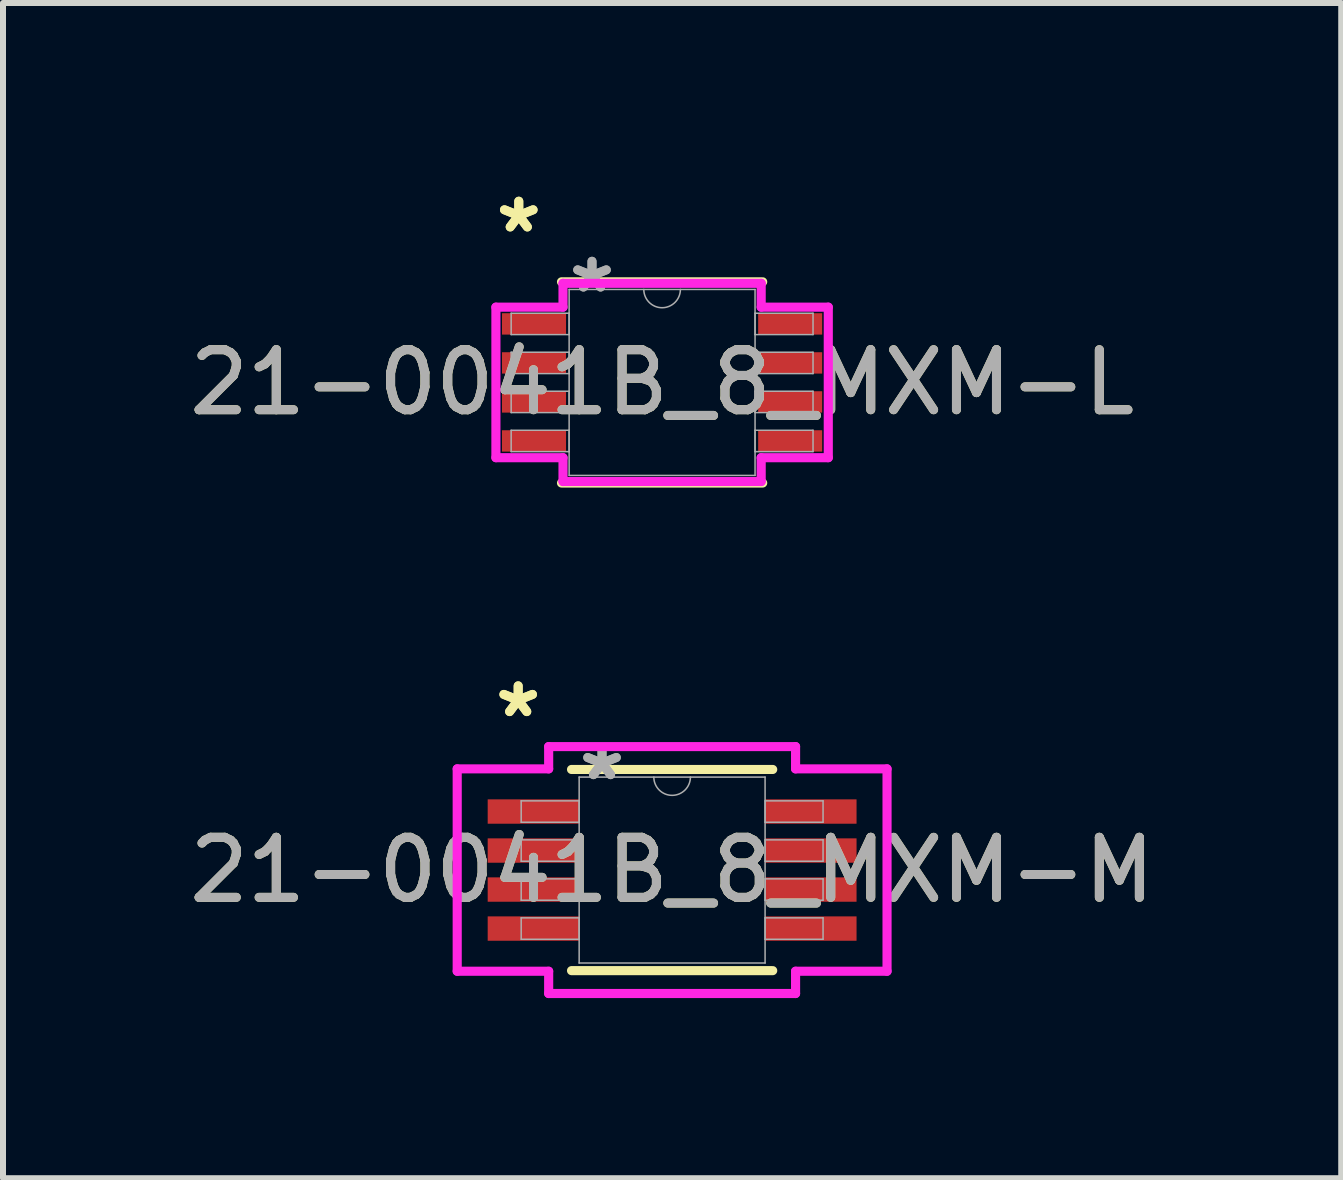
<source format=kicad_pcb>
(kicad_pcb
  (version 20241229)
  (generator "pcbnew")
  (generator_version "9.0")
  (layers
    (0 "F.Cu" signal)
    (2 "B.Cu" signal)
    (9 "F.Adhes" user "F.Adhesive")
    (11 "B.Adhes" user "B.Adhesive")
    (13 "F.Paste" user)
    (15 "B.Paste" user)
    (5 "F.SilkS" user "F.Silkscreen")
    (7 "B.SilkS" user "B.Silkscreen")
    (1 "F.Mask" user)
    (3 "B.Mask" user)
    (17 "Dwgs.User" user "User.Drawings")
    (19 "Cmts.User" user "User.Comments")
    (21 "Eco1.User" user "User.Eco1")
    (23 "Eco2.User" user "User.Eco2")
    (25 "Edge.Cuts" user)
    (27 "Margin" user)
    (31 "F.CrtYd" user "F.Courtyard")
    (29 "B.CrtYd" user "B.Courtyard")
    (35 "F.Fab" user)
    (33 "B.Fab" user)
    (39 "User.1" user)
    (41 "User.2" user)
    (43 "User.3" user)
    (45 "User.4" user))
  (footprint "21-0041B_8_MXM-M"
    (layer "F.Cu")
    (at 8.149 11.447)
    (property "Reference" "21-0041B_8_MXM-M" (at 0 0 0) (unlocked yes) (layer "F.SilkS") (effects (font (size 1 1) (thickness 0.15))))
    (attr smd)
    (fp_line (start -1.676 1.676) (end 1.676 1.676) (stroke (width 0.152) (type solid)) (layer "F.SilkS"))
    (fp_line (start 1.676 -1.676) (end -1.676 -1.676) (stroke (width 0.152) (type solid)) (layer "F.SilkS"))
    (fp_line (start -3.581 -1.686) (end -2.057 -1.686) (stroke (width 0.152) (type solid)) (layer "F.CrtYd"))
    (fp_line (start -3.581 1.686) (end -3.581 -1.686) (stroke (width 0.152) (type solid)) (layer "F.CrtYd"))
    (fp_line (start -3.581 1.686) (end -2.057 1.686) (stroke (width 0.152) (type solid)) (layer "F.CrtYd"))
    (fp_line (start -2.057 -2.057) (end 2.057 -2.057) (stroke (width 0.152) (type solid)) (layer "F.CrtYd"))
    (fp_line (start -2.057 -1.686) (end -2.057 -2.057) (stroke (width 0.152) (type solid)) (layer "F.CrtYd"))
    (fp_line (start -2.057 2.057) (end -2.057 1.686) (stroke (width 0.152) (type solid)) (layer "F.CrtYd"))
    (fp_line (start 2.057 -2.057) (end 2.057 -1.686) (stroke (width 0.152) (type solid)) (layer "F.CrtYd"))
    (fp_line (start 2.057 1.686) (end 2.057 2.057) (stroke (width 0.152) (type solid)) (layer "F.CrtYd"))
    (fp_line (start 2.057 2.057) (end -2.057 2.057) (stroke (width 0.152) (type solid)) (layer "F.CrtYd"))
    (fp_line (start 3.581 -1.686) (end 2.057 -1.686) (stroke (width 0.152) (type solid)) (layer "F.CrtYd"))
    (fp_line (start 3.581 -1.686) (end 3.581 1.686) (stroke (width 0.152) (type solid)) (layer "F.CrtYd"))
    (fp_line (start 3.581 1.686) (end 2.057 1.686) (stroke (width 0.152) (type solid)) (layer "F.CrtYd"))
    (fp_line (start -2.515 -1.153) (end -2.515 -0.797) (stroke (width 0.025) (type solid)) (layer "F.Fab"))
    (fp_line (start -2.515 -0.797) (end -1.549 -0.797) (stroke (width 0.025) (type solid)) (layer "F.Fab"))
    (fp_line (start -2.515 -0.503) (end -2.515 -0.147) (stroke (width 0.025) (type solid)) (layer "F.Fab"))
    (fp_line (start -2.515 -0.147) (end -1.549 -0.147) (stroke (width 0.025) (type solid)) (layer "F.Fab"))
    (fp_line (start -2.515 0.147) (end -2.515 0.503) (stroke (width 0.025) (type solid)) (layer "F.Fab"))
    (fp_line (start -2.515 0.503) (end -1.549 0.503) (stroke (width 0.025) (type solid)) (layer "F.Fab"))
    (fp_line (start -2.515 0.797) (end -2.515 1.153) (stroke (width 0.025) (type solid)) (layer "F.Fab"))
    (fp_line (start -2.515 1.153) (end -1.549 1.153) (stroke (width 0.025) (type solid)) (layer "F.Fab"))
    (fp_line (start -1.549 -1.549) (end -1.549 1.549) (stroke (width 0.025) (type solid)) (layer "F.Fab"))
    (fp_line (start -1.549 -1.153) (end -2.515 -1.153) (stroke (width 0.025) (type solid)) (layer "F.Fab"))
    (fp_line (start -1.549 -0.797) (end -1.549 -1.153) (stroke (width 0.025) (type solid)) (layer "F.Fab"))
    (fp_line (start -1.549 -0.503) (end -2.515 -0.503) (stroke (width 0.025) (type solid)) (layer "F.Fab"))
    (fp_line (start -1.549 -0.147) (end -1.549 -0.503) (stroke (width 0.025) (type solid)) (layer "F.Fab"))
    (fp_line (start -1.549 0.147) (end -2.515 0.147) (stroke (width 0.025) (type solid)) (layer "F.Fab"))
    (fp_line (start -1.549 0.503) (end -1.549 0.147) (stroke (width 0.025) (type solid)) (layer "F.Fab"))
    (fp_line (start -1.549 0.797) (end -2.515 0.797) (stroke (width 0.025) (type solid)) (layer "F.Fab"))
    (fp_line (start -1.549 1.153) (end -1.549 0.797) (stroke (width 0.025) (type solid)) (layer "F.Fab"))
    (fp_line (start -1.549 1.549) (end 1.549 1.549) (stroke (width 0.025) (type solid)) (layer "F.Fab"))
    (fp_line (start 1.549 -1.549) (end -1.549 -1.549) (stroke (width 0.025) (type solid)) (layer "F.Fab"))
    (fp_line (start 1.549 -1.153) (end 1.549 -0.797) (stroke (width 0.025) (type solid)) (layer "F.Fab"))
    (fp_line (start 1.549 -0.797) (end 2.515 -0.797) (stroke (width 0.025) (type solid)) (layer "F.Fab"))
    (fp_line (start 1.549 -0.503) (end 1.549 -0.147) (stroke (width 0.025) (type solid)) (layer "F.Fab"))
    (fp_line (start 1.549 -0.147) (end 2.515 -0.147) (stroke (width 0.025) (type solid)) (layer "F.Fab"))
    (fp_line (start 1.549 0.147) (end 1.549 0.503) (stroke (width 0.025) (type solid)) (layer "F.Fab"))
    (fp_line (start 1.549 0.503) (end 2.515 0.503) (stroke (width 0.025) (type solid)) (layer "F.Fab"))
    (fp_line (start 1.549 0.797) (end 1.549 1.153) (stroke (width 0.025) (type solid)) (layer "F.Fab"))
    (fp_line (start 1.549 1.153) (end 2.515 1.153) (stroke (width 0.025) (type solid)) (layer "F.Fab"))
    (fp_line (start 1.549 1.549) (end 1.549 -1.549) (stroke (width 0.025) (type solid)) (layer "F.Fab"))
    (fp_line (start 2.515 -1.153) (end 1.549 -1.153) (stroke (width 0.025) (type solid)) (layer "F.Fab"))
    (fp_line (start 2.515 -0.797) (end 2.515 -1.153) (stroke (width 0.025) (type solid)) (layer "F.Fab"))
    (fp_line (start 2.515 -0.503) (end 1.549 -0.503) (stroke (width 0.025) (type solid)) (layer "F.Fab"))
    (fp_line (start 2.515 -0.147) (end 2.515 -0.503) (stroke (width 0.025) (type solid)) (layer "F.Fab"))
    (fp_line (start 2.515 0.147) (end 1.549 0.147) (stroke (width 0.025) (type solid)) (layer "F.Fab"))
    (fp_line (start 2.515 0.503) (end 2.515 0.147) (stroke (width 0.025) (type solid)) (layer "F.Fab"))
    (fp_line (start 2.515 0.797) (end 1.549 0.797) (stroke (width 0.025) (type solid)) (layer "F.Fab"))
    (fp_line (start 2.515 1.153) (end 2.515 0.797) (stroke (width 0.025) (type solid)) (layer "F.Fab"))
    (fp_arc (start 0.3048 -1.5494) (mid 0 -1.2446) (end -0.3048 -1.5494) (stroke (width 0.0254) (type solid)) (layer "F.Fab"))
    (fp_text user "*" (at -2.565 -2.524 0) (layer "F.SilkS") (effects (font (size 1 1) (thickness 0.15))))
    (fp_text user "*" (at -2.565 -2.524 0) (unlocked yes) (layer "F.SilkS") (effects (font (size 1 1) (thickness 0.15))))
    (fp_text user "*" (at -1.168 -1.473 0) (layer "F.Fab") (effects (font (size 1 1) (thickness 0.15))))
    (fp_text user "${REFERENCE}" (at 0 0 0) (unlocked yes) (layer "F.Fab") (effects (font (size 1 1) (thickness 0.15))))
    (fp_text user "*" (at -1.168 -1.473 0) (unlocked yes) (layer "F.Fab") (effects (font (size 1 1) (thickness 0.15))))
    (pad "1" smd rect (at -2.311 -0.975) (size 1.524 0.406) (layers "F.Cu" "F.Mask" "F.Paste"))
    (pad "2" smd rect (at -2.311 -0.325) (size 1.524 0.406) (layers "F.Cu" "F.Mask" "F.Paste"))
    (pad "3" smd rect (at -2.311 0.325) (size 1.524 0.406) (layers "F.Cu" "F.Mask" "F.Paste"))
    (pad "4" smd rect (at -2.311 0.975) (size 1.524 0.406) (layers "F.Cu" "F.Mask" "F.Paste"))
    (pad "5" smd rect (at 2.311 0.975) (size 1.524 0.406) (layers "F.Cu" "F.Mask" "F.Paste"))
    (pad "6" smd rect (at 2.311 0.325) (size 1.524 0.406) (layers "F.Cu" "F.Mask" "F.Paste"))
    (pad "7" smd rect (at 2.311 -0.325) (size 1.524 0.406) (layers "F.Cu" "F.Mask" "F.Paste"))
    (pad "8" smd rect (at 2.311 -0.975) (size 1.524 0.406) (layers "F.Cu" "F.Mask" "F.Paste")))
  (footprint "21-0041B_8_MXM-L"
    (layer "F.Cu")
    (at 7.982 3.322)
    (property "Reference" "21-0041B_8_MXM-L" (at 0 0 0) (unlocked yes) (layer "F.SilkS") (effects (font (size 1 1) (thickness 0.15))))
    (attr smd)
    (fp_line (start -1.676 1.676) (end 1.676 1.676) (stroke (width 0.152) (type solid)) (layer "F.SilkS"))
    (fp_line (start 1.676 -1.676) (end -1.676 -1.676) (stroke (width 0.152) (type solid)) (layer "F.SilkS"))
    (fp_line (start -2.769 -1.254) (end -1.651 -1.254) (stroke (width 0.152) (type solid)) (layer "F.CrtYd"))
    (fp_line (start -2.769 1.254) (end -2.769 -1.254) (stroke (width 0.152) (type solid)) (layer "F.CrtYd"))
    (fp_line (start -2.769 1.254) (end -1.651 1.254) (stroke (width 0.152) (type solid)) (layer "F.CrtYd"))
    (fp_line (start -1.651 -1.651) (end 1.651 -1.651) (stroke (width 0.152) (type solid)) (layer "F.CrtYd"))
    (fp_line (start -1.651 -1.254) (end -1.651 -1.651) (stroke (width 0.152) (type solid)) (layer "F.CrtYd"))
    (fp_line (start -1.651 1.651) (end -1.651 1.254) (stroke (width 0.152) (type solid)) (layer "F.CrtYd"))
    (fp_line (start 1.651 -1.651) (end 1.651 -1.254) (stroke (width 0.152) (type solid)) (layer "F.CrtYd"))
    (fp_line (start 1.651 1.254) (end 1.651 1.651) (stroke (width 0.152) (type solid)) (layer "F.CrtYd"))
    (fp_line (start 1.651 1.651) (end -1.651 1.651) (stroke (width 0.152) (type solid)) (layer "F.CrtYd"))
    (fp_line (start 2.769 -1.254) (end 1.651 -1.254) (stroke (width 0.152) (type solid)) (layer "F.CrtYd"))
    (fp_line (start 2.769 -1.254) (end 2.769 1.254) (stroke (width 0.152) (type solid)) (layer "F.CrtYd"))
    (fp_line (start 2.769 1.254) (end 1.651 1.254) (stroke (width 0.152) (type solid)) (layer "F.CrtYd"))
    (fp_line (start -2.515 -1.153) (end -2.515 -0.797) (stroke (width 0.025) (type solid)) (layer "F.Fab"))
    (fp_line (start -2.515 -0.797) (end -1.549 -0.797) (stroke (width 0.025) (type solid)) (layer "F.Fab"))
    (fp_line (start -2.515 -0.503) (end -2.515 -0.147) (stroke (width 0.025) (type solid)) (layer "F.Fab"))
    (fp_line (start -2.515 -0.147) (end -1.549 -0.147) (stroke (width 0.025) (type solid)) (layer "F.Fab"))
    (fp_line (start -2.515 0.147) (end -2.515 0.503) (stroke (width 0.025) (type solid)) (layer "F.Fab"))
    (fp_line (start -2.515 0.503) (end -1.549 0.503) (stroke (width 0.025) (type solid)) (layer "F.Fab"))
    (fp_line (start -2.515 0.797) (end -2.515 1.153) (stroke (width 0.025) (type solid)) (layer "F.Fab"))
    (fp_line (start -2.515 1.153) (end -1.549 1.153) (stroke (width 0.025) (type solid)) (layer "F.Fab"))
    (fp_line (start -1.549 -1.549) (end -1.549 1.549) (stroke (width 0.025) (type solid)) (layer "F.Fab"))
    (fp_line (start -1.549 -1.153) (end -2.515 -1.153) (stroke (width 0.025) (type solid)) (layer "F.Fab"))
    (fp_line (start -1.549 -0.797) (end -1.549 -1.153) (stroke (width 0.025) (type solid)) (layer "F.Fab"))
    (fp_line (start -1.549 -0.503) (end -2.515 -0.503) (stroke (width 0.025) (type solid)) (layer "F.Fab"))
    (fp_line (start -1.549 -0.147) (end -1.549 -0.503) (stroke (width 0.025) (type solid)) (layer "F.Fab"))
    (fp_line (start -1.549 0.147) (end -2.515 0.147) (stroke (width 0.025) (type solid)) (layer "F.Fab"))
    (fp_line (start -1.549 0.503) (end -1.549 0.147) (stroke (width 0.025) (type solid)) (layer "F.Fab"))
    (fp_line (start -1.549 0.797) (end -2.515 0.797) (stroke (width 0.025) (type solid)) (layer "F.Fab"))
    (fp_line (start -1.549 1.153) (end -1.549 0.797) (stroke (width 0.025) (type solid)) (layer "F.Fab"))
    (fp_line (start -1.549 1.549) (end 1.549 1.549) (stroke (width 0.025) (type solid)) (layer "F.Fab"))
    (fp_line (start 1.549 -1.549) (end -1.549 -1.549) (stroke (width 0.025) (type solid)) (layer "F.Fab"))
    (fp_line (start 1.549 -1.153) (end 1.549 -0.797) (stroke (width 0.025) (type solid)) (layer "F.Fab"))
    (fp_line (start 1.549 -0.797) (end 2.515 -0.797) (stroke (width 0.025) (type solid)) (layer "F.Fab"))
    (fp_line (start 1.549 -0.503) (end 1.549 -0.147) (stroke (width 0.025) (type solid)) (layer "F.Fab"))
    (fp_line (start 1.549 -0.147) (end 2.515 -0.147) (stroke (width 0.025) (type solid)) (layer "F.Fab"))
    (fp_line (start 1.549 0.147) (end 1.549 0.503) (stroke (width 0.025) (type solid)) (layer "F.Fab"))
    (fp_line (start 1.549 0.503) (end 2.515 0.503) (stroke (width 0.025) (type solid)) (layer "F.Fab"))
    (fp_line (start 1.549 0.797) (end 1.549 1.153) (stroke (width 0.025) (type solid)) (layer "F.Fab"))
    (fp_line (start 1.549 1.153) (end 2.515 1.153) (stroke (width 0.025) (type solid)) (layer "F.Fab"))
    (fp_line (start 1.549 1.549) (end 1.549 -1.549) (stroke (width 0.025) (type solid)) (layer "F.Fab"))
    (fp_line (start 2.515 -1.153) (end 1.549 -1.153) (stroke (width 0.025) (type solid)) (layer "F.Fab"))
    (fp_line (start 2.515 -0.797) (end 2.515 -1.153) (stroke (width 0.025) (type solid)) (layer "F.Fab"))
    (fp_line (start 2.515 -0.503) (end 1.549 -0.503) (stroke (width 0.025) (type solid)) (layer "F.Fab"))
    (fp_line (start 2.515 -0.147) (end 2.515 -0.503) (stroke (width 0.025) (type solid)) (layer "F.Fab"))
    (fp_line (start 2.515 0.147) (end 1.549 0.147) (stroke (width 0.025) (type solid)) (layer "F.Fab"))
    (fp_line (start 2.515 0.503) (end 2.515 0.147) (stroke (width 0.025) (type solid)) (layer "F.Fab"))
    (fp_line (start 2.515 0.797) (end 1.549 0.797) (stroke (width 0.025) (type solid)) (layer "F.Fab"))
    (fp_line (start 2.515 1.153) (end 2.515 0.797) (stroke (width 0.025) (type solid)) (layer "F.Fab"))
    (fp_arc (start 0.3048 -1.5494) (mid 0 -1.2446) (end -0.3048 -1.5494) (stroke (width 0.0254) (type solid)) (layer "F.Fab"))
    (fp_text user "*" (at -2.388 -2.474 0) (unlocked yes) (layer "F.SilkS") (effects (font (size 1 1) (thickness 0.15))))
    (fp_text user "*" (at -2.388 -2.474 0) (layer "F.SilkS") (effects (font (size 1 1) (thickness 0.15))))
    (fp_text user "${REFERENCE}" (at 0 0 0) (unlocked yes) (layer "F.Fab") (effects (font (size 1 1) (thickness 0.15))))
    (fp_text user "*" (at -1.168 -1.473 0) (layer "F.Fab") (effects (font (size 1 1) (thickness 0.15))))
    (fp_text user "*" (at -1.168 -1.473 0) (unlocked yes) (layer "F.Fab") (effects (font (size 1 1) (thickness 0.15))))
    (pad "1" smd rect (at -2.134 -0.975) (size 1.067 0.356) (layers "F.Cu" "F.Mask" "F.Paste"))
    (pad "2" smd rect (at -2.134 -0.325) (size 1.067 0.356) (layers "F.Cu" "F.Mask" "F.Paste"))
    (pad "3" smd rect (at -2.134 0.325) (size 1.067 0.356) (layers "F.Cu" "F.Mask" "F.Paste"))
    (pad "4" smd rect (at -2.134 0.975) (size 1.067 0.356) (layers "F.Cu" "F.Mask" "F.Paste"))
    (pad "5" smd rect (at 2.134 0.975) (size 1.067 0.356) (layers "F.Cu" "F.Mask" "F.Paste"))
    (pad "6" smd rect (at 2.134 0.325) (size 1.067 0.356) (layers "F.Cu" "F.Mask" "F.Paste"))
    (pad "7" smd rect (at 2.134 -0.325) (size 1.067 0.356) (layers "F.Cu" "F.Mask" "F.Paste"))
    (pad "8" smd rect (at 2.134 -0.975) (size 1.067 0.356) (layers "F.Cu" "F.Mask" "F.Paste")))
  (gr_rect
    (start -3 -3)
    (end 19.298 16.581)
    (stroke (width 0.1) (type default))
    (fill no)
    (layer "Edge.Cuts")))
</source>
